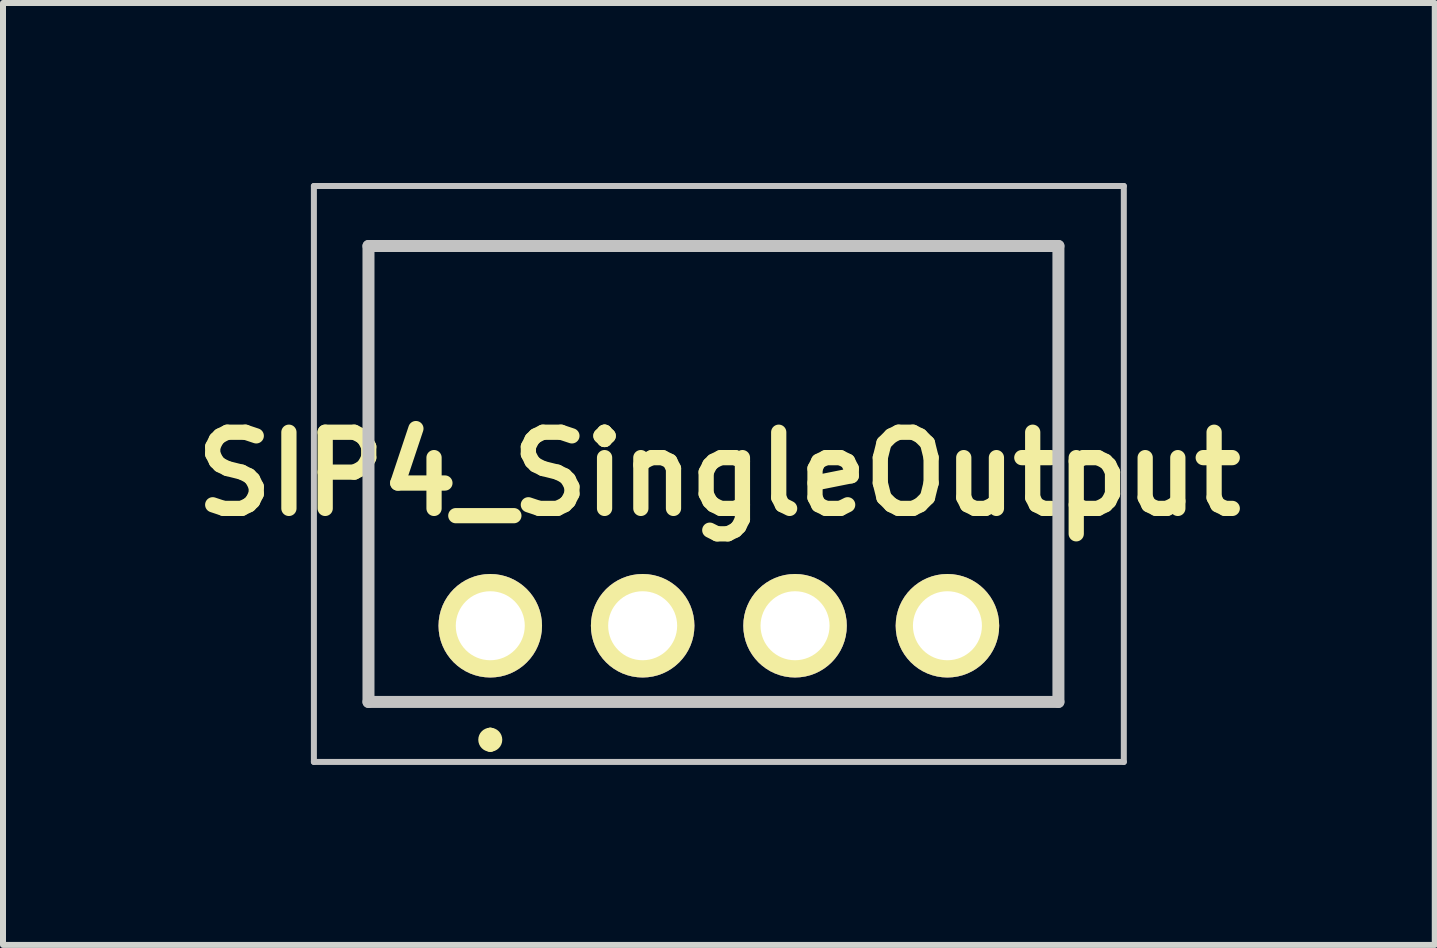
<source format=kicad_pcb>
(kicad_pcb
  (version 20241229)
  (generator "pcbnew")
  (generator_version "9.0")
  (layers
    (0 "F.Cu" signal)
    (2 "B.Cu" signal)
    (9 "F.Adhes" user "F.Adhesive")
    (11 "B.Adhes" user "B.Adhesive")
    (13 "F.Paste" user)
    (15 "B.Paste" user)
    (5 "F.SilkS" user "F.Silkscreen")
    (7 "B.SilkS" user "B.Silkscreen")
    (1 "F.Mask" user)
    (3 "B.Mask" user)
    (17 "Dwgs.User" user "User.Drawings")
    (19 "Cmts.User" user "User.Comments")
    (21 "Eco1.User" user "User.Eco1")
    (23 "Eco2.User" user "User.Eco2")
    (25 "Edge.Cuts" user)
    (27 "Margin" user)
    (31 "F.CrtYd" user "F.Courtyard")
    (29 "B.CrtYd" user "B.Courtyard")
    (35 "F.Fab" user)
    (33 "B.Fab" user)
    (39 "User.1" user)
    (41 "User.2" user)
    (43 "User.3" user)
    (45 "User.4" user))
  (footprint "SIP4_SingleOutput"
    (layer "F.Cu")
    (at 5.122 7.38)
    (property "Reference" "SIP4_SingleOutput" (at 3.81 -2.53 0) (layer "F.SilkS") (effects (font (size 1.27 1.27) (thickness 0.254))))
    (attr through_hole)
    (fp_line (start -2.03 -6.33) (end 9.47 -6.33) (stroke (width 0.1) (type solid)) (layer "F.SilkS"))
    (fp_line (start -2.03 1.27) (end -2.03 -6.33) (stroke (width 0.1) (type solid)) (layer "F.SilkS"))
    (fp_line (start 0 1.8) (end 0 1.8) (stroke (width 0.2) (type solid)) (layer "F.SilkS"))
    (fp_line (start 0 2) (end 0 2) (stroke (width 0.2) (type solid)) (layer "F.SilkS"))
    (fp_line (start 9.47 -6.33) (end 9.47 1.27) (stroke (width 0.1) (type solid)) (layer "F.SilkS"))
    (fp_line (start 9.47 1.27) (end -2.03 1.27) (stroke (width 0.1) (type solid)) (layer "F.SilkS"))
    (fp_arc (start 0 1.8) (mid 0.1 1.9) (end 0 2) (stroke (width 0.2) (type solid)) (layer "F.SilkS"))
    (fp_arc (start 0 2) (mid -0.1 1.9) (end 0 1.8) (stroke (width 0.2) (type solid)) (layer "F.SilkS"))
    (fp_line (start -2.94 -7.33) (end 10.56 -7.33) (stroke (width 0.1) (type solid)) (layer "Dwgs.User"))
    (fp_line (start -2.94 2.27) (end -2.94 -7.33) (stroke (width 0.1) (type solid)) (layer "Dwgs.User"))
    (fp_line (start -2.03 -6.33) (end 9.47 -6.33) (stroke (width 0.2) (type solid)) (layer "Dwgs.User"))
    (fp_line (start -2.03 1.27) (end -2.03 -6.33) (stroke (width 0.2) (type solid)) (layer "Dwgs.User"))
    (fp_line (start 9.47 -6.33) (end 9.47 1.27) (stroke (width 0.2) (type solid)) (layer "Dwgs.User"))
    (fp_line (start 9.47 1.27) (end -2.03 1.27) (stroke (width 0.2) (type solid)) (layer "Dwgs.User"))
    (fp_line (start 10.56 -7.33) (end 10.56 2.27) (stroke (width 0.1) (type solid)) (layer "Dwgs.User"))
    (fp_line (start 10.56 2.27) (end -2.94 2.27) (stroke (width 0.1) (type solid)) (layer "Dwgs.User"))
    (pad "1" thru_hole circle (at 0 0 90) (size 1.725 1.725) (drill 1.15) (layers "*.Cu" "*.Mask" "F.SilkS"))
    (pad "2" thru_hole circle (at 2.54 0 90) (size 1.725 1.725) (drill 1.15) (layers "*.Cu" "*.Mask" "F.SilkS"))
    (pad "3" thru_hole circle (at 5.08 0 90) (size 1.725 1.725) (drill 1.15) (layers "*.Cu" "*.Mask" "F.SilkS"))
    (pad "4" thru_hole circle (at 7.62 0 90) (size 1.725 1.725) (drill 1.15) (layers "*.Cu" "*.Mask" "F.SilkS")))
  (gr_rect
    (start -3 -3)
    (end 20.865 12.7)
    (stroke (width 0.1) (type default))
    (fill no)
    (layer "Edge.Cuts")))
</source>
